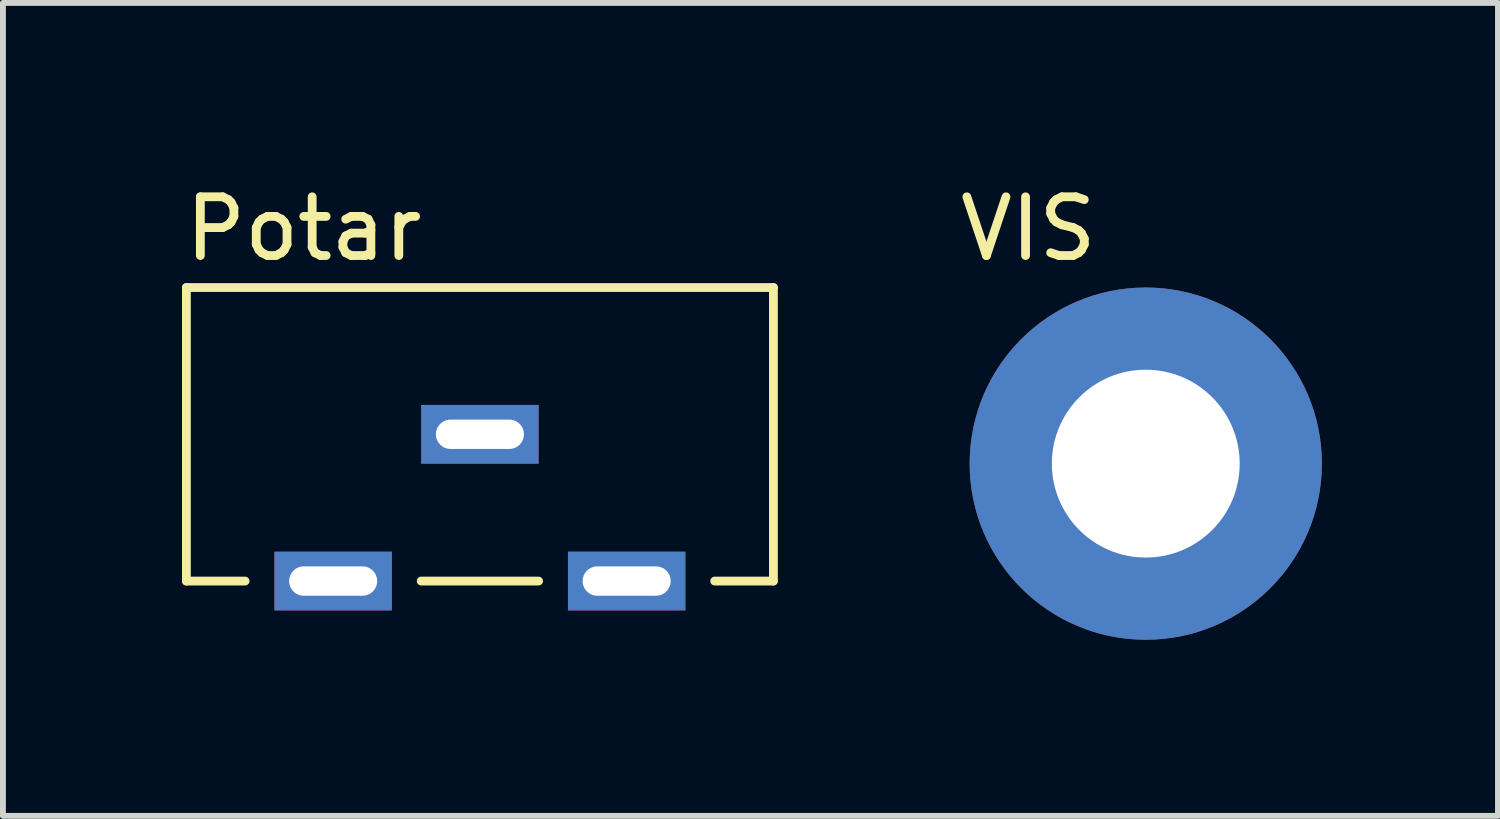
<source format=kicad_pcb>
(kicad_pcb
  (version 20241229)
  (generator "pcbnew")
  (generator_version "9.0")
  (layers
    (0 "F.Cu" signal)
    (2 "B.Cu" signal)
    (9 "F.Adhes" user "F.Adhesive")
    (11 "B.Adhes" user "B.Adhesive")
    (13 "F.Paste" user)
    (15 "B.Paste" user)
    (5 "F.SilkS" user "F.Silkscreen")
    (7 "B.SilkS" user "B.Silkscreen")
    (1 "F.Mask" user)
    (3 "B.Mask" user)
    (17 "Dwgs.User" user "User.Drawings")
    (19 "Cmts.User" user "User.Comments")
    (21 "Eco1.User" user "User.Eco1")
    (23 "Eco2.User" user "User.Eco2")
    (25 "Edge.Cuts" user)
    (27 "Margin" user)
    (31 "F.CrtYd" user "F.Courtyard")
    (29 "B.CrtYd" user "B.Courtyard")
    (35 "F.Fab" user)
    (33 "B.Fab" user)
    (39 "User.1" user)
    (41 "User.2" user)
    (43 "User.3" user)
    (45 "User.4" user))
  (footprint "VIS"
    (layer "F.Cu")
    (at 16.468 4.848)
    (property "Reference" "VIS" (at -2 -4 0) (layer "F.SilkS") (effects (font (size 1 1) (thickness 0.15))))
    (attr through_hole)
    (pad "1" thru_hole circle (at 0 0) (size 6 6) (drill 3.2) (layers "*.Cu" "*.Mask")))
  (footprint "Potar"
    (layer "F.Cu")
    (at 5.125 6.848)
    (property "Reference" "Potar" (at -3 -6 0) (layer "F.SilkS") (effects (font (size 1 1) (thickness 0.15))))
    (attr through_hole)
    (fp_line (start -5 -5) (end -5 0) (stroke (width 0.15) (type solid)) (layer "F.SilkS"))
    (fp_line (start -5 0) (end -4 0) (stroke (width 0.15) (type solid)) (layer "F.SilkS"))
    (fp_line (start -1 0) (end 1 0) (stroke (width 0.15) (type solid)) (layer "F.SilkS"))
    (fp_line (start 4 0) (end 5 0) (stroke (width 0.15) (type solid)) (layer "F.SilkS"))
    (fp_line (start 5 -5) (end -5 -5) (stroke (width 0.15) (type solid)) (layer "F.SilkS"))
    (fp_line (start 5 0) (end 5 -5) (stroke (width 0.15) (type solid)) (layer "F.SilkS"))
    (pad "1" thru_hole rect (at -2.5 0) (size 2 1) (drill oval 1.5 0.5) (layers "*.Cu" "*.Mask"))
    (pad "2" thru_hole rect (at 0 -2.5) (size 2 1) (drill oval 1.5 0.5) (layers "*.Cu" "*.Mask"))
    (pad "3" thru_hole rect (at 2.5 0) (size 2 1) (drill oval 1.5 0.5) (layers "*.Cu" "*.Mask")))
  (gr_rect
    (start -3 -3)
    (end 22.468 10.848)
    (stroke (width 0.1) (type default))
    (fill no)
    (layer "Edge.Cuts")))
</source>
